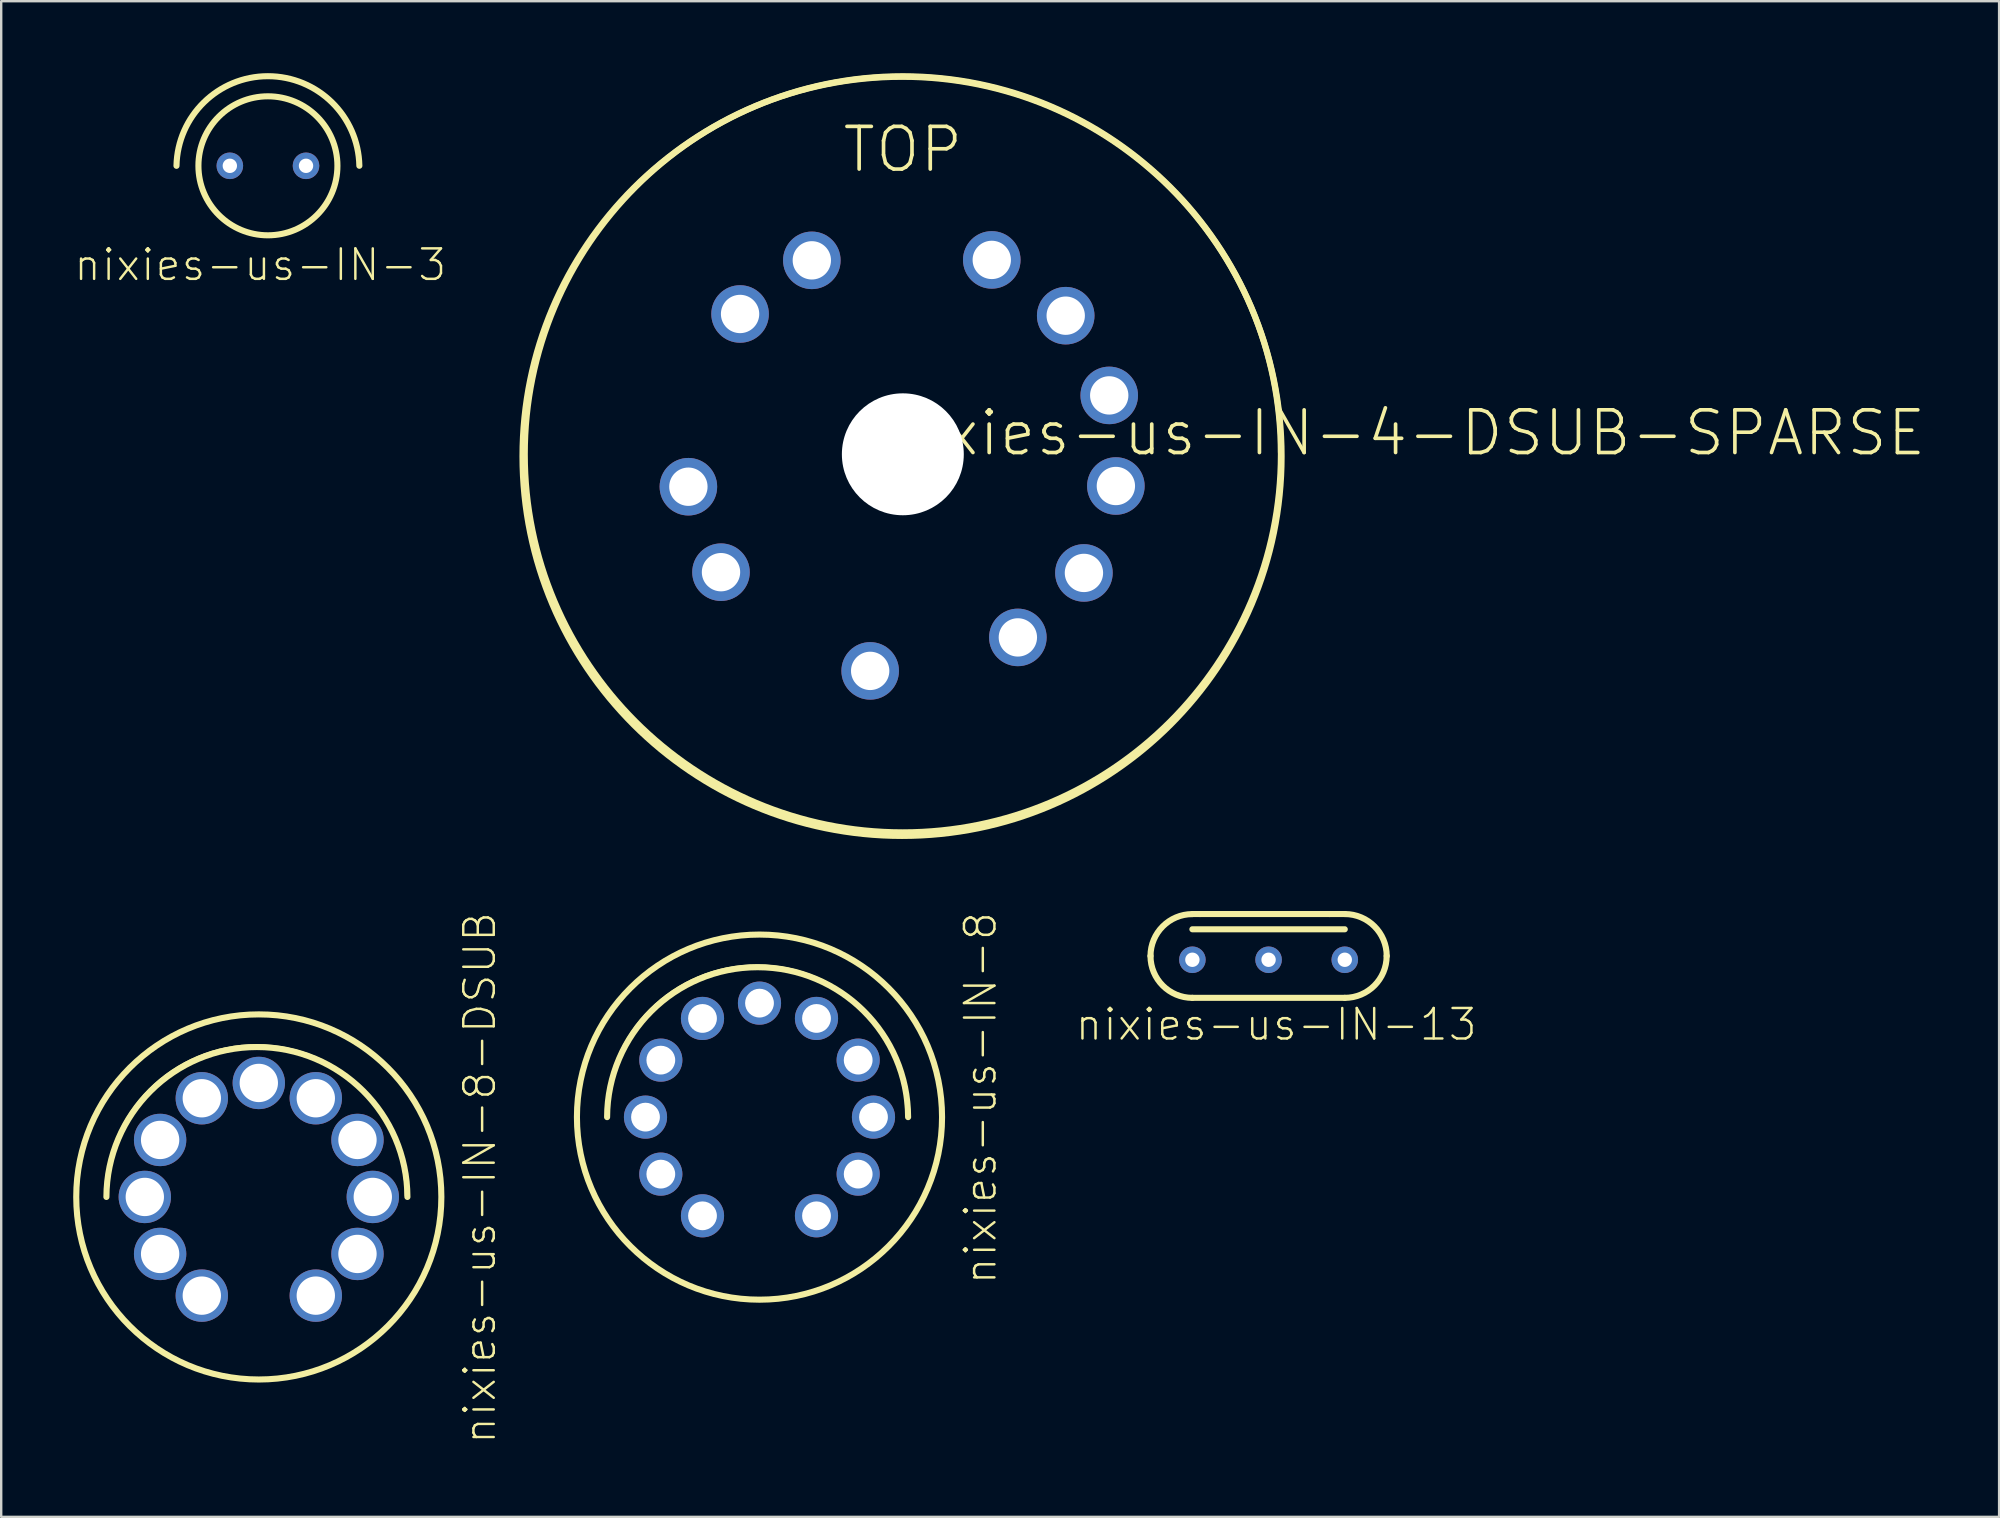
<source format=kicad_pcb>
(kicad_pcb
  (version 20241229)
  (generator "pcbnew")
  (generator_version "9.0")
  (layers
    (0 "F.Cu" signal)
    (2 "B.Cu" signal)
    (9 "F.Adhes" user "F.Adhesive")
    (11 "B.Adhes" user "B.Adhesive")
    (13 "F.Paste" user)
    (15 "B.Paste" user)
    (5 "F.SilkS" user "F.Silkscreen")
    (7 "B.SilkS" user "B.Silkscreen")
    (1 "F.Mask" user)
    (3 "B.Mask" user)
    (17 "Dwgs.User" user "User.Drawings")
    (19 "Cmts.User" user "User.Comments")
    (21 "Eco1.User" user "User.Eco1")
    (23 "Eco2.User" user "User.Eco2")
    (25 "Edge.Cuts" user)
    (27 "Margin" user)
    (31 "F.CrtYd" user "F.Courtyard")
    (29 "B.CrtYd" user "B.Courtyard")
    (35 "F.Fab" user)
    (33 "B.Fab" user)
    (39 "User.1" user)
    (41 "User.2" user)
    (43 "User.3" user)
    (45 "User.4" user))
  (footprint "nixies-us-IN-8-DSUB"
    (layer "F.Cu")
    (at 7.734 46.825)
    (property "Reference" "nixies-us-IN-8-DSUB" (at 9.207 -0.792 90) (layer "F.SilkS") (effects (font (size 1.27 1.27) (thickness 0.102))))
    (attr exclude_from_pos_files exclude_from_bom)
    (fp_arc (start -6.35762 -0.08636) (mid -0.094355 -6.319533) (end 6.144282 -0.06171) (stroke (width 0.127) (type solid)) (layer "F.SilkS"))
    (fp_arc (start -6.35 0) (mid -0.07874 -6.27126) (end 6.19252 0) (stroke (width 0.254) (type solid)) (layer "F.SilkS"))
    (fp_circle (center 0 0) (end 0 -7.62) (stroke (width 0.127) (type solid)) (fill no) (layer "F.SilkS"))
    (fp_circle (center 0 0) (end 0 -7.607) (stroke (width 0.254) (type solid)) (fill no) (layer "F.SilkS"))
    (pad "0" thru_hole circle (at -4.112 2.375) (size 2.182 2.182) (drill 1.598) (layers "*.Cu" "*.Mask"))
    (pad "1" thru_hole circle (at 2.375 4.112) (size 2.182 2.182) (drill 1.598) (layers "*.Cu" "*.Mask"))
    (pad "2" thru_hole circle (at 4.112 2.375) (size 2.182 2.182) (drill 1.598) (layers "*.Cu" "*.Mask"))
    (pad "3" thru_hole circle (at 4.75 0) (size 2.182 2.182) (drill 1.598) (layers "*.Cu" "*.Mask"))
    (pad "4" thru_hole circle (at 4.112 -2.375) (size 2.182 2.182) (drill 1.598) (layers "*.Cu" "*.Mask"))
    (pad "5" thru_hole circle (at 2.375 -4.112) (size 2.182 2.182) (drill 1.598) (layers "*.Cu" "*.Mask"))
    (pad "6" thru_hole circle (at 0 -4.75) (size 2.182 2.182) (drill 1.598) (layers "*.Cu" "*.Mask"))
    (pad "7" thru_hole circle (at -2.375 -4.112) (size 2.182 2.182) (drill 1.598) (layers "*.Cu" "*.Mask"))
    (pad "8" thru_hole circle (at -4.112 -2.375) (size 2.182 2.182) (drill 1.598) (layers "*.Cu" "*.Mask"))
    (pad "9" thru_hole circle (at -4.75 0) (size 2.182 2.182) (drill 1.598) (layers "*.Cu" "*.Mask"))
    (pad "A" thru_hole circle (at -2.375 4.112) (size 2.182 2.182) (drill 1.598) (layers "*.Cu" "*.Mask")))
  (footprint "nixies-us-IN-8"
    (layer "F.Cu")
    (at 28.597 43.499)
    (property "Reference" "nixies-us-IN-8" (at 9.207 -0.792 90) (layer "F.SilkS") (effects (font (size 1.27 1.27) (thickness 0.102))))
    (attr exclude_from_pos_files exclude_from_bom)
    (fp_arc (start -6.35762 -0.08636) (mid -0.094355 -6.319533) (end 6.144282 -0.06171) (stroke (width 0.127) (type solid)) (layer "F.SilkS"))
    (fp_arc (start -6.35 0) (mid -0.07874 -6.27126) (end 6.19252 0) (stroke (width 0.254) (type solid)) (layer "F.SilkS"))
    (fp_circle (center 0 0) (end 0 -7.62) (stroke (width 0.127) (type solid)) (fill no) (layer "F.SilkS"))
    (fp_circle (center 0 0) (end 0 -7.607) (stroke (width 0.254) (type solid)) (fill no) (layer "F.SilkS"))
    (pad "0" thru_hole circle (at -4.112 2.375) (size 1.798 1.798) (drill 1.199) (layers "*.Cu" "*.Mask"))
    (pad "1" thru_hole circle (at 2.375 4.112) (size 1.798 1.798) (drill 1.199) (layers "*.Cu" "*.Mask"))
    (pad "2" thru_hole circle (at 4.112 2.375) (size 1.798 1.798) (drill 1.199) (layers "*.Cu" "*.Mask"))
    (pad "3" thru_hole circle (at 4.75 0) (size 1.798 1.798) (drill 1.199) (layers "*.Cu" "*.Mask"))
    (pad "4" thru_hole circle (at 4.112 -2.375) (size 1.798 1.798) (drill 1.199) (layers "*.Cu" "*.Mask"))
    (pad "5" thru_hole circle (at 2.375 -4.112) (size 1.798 1.798) (drill 1.199) (layers "*.Cu" "*.Mask"))
    (pad "6" thru_hole circle (at 0 -4.75) (size 1.798 1.798) (drill 1.199) (layers "*.Cu" "*.Mask"))
    (pad "7" thru_hole circle (at -2.375 -4.112) (size 1.798 1.798) (drill 1.199) (layers "*.Cu" "*.Mask"))
    (pad "8" thru_hole circle (at -4.112 -2.375) (size 1.798 1.798) (drill 1.199) (layers "*.Cu" "*.Mask"))
    (pad "9" thru_hole circle (at -4.75 0) (size 1.798 1.798) (drill 1.199) (layers "*.Cu" "*.Mask"))
    (pad "A" thru_hole circle (at -2.375 4.112) (size 1.798 1.798) (drill 1.199) (layers "*.Cu" "*.Mask")))
  (footprint "nixies-us-IN-3"
    (layer "F.Cu")
    (at 8.114 3.859)
    (property "Reference" "nixies-us-IN-3" (at -0.318 4.128 0) (layer "F.SilkS") (effects (font (size 1.27 1.27) (thickness 0.102))))
    (attr exclude_from_pos_files exclude_from_bom)
    (fp_arc (start -3.81 0) (mid -0.001068 -3.732073) (end 3.809955 -0.002135) (stroke (width 0.254) (type solid)) (layer "F.SilkS"))
    (fp_circle (center 0 0) (end 0 -2.896) (stroke (width 0.254) (type solid)) (fill no) (layer "F.SilkS"))
    (pad "A" thru_hole circle (at -1.587 0) (size 1.107 1.107) (drill 0.599) (layers "*.Cu" "*.Mask"))
    (pad "K" thru_hole circle (at 1.587 0) (size 1.107 1.107) (drill 0.599) (layers "*.Cu" "*.Mask")))
  (footprint "nixies-us-IN-13"
    (layer "F.Cu")
    (at 46.635 36.942)
    (property "Reference" "nixies-us-IN-13" (at 3.493 2.697 0) (layer "F.SilkS") (effects (font (size 1.27 1.27) (thickness 0.102))))
    (attr exclude_from_pos_files exclude_from_bom)
    (fp_line (start 0 -1.27) (end 6.35 -1.27) (stroke (width 0.254) (type solid)) (layer "F.SilkS"))
    (fp_line (start 0 1.587) (end 6.35 1.587) (stroke (width 0.254) (type solid)) (layer "F.SilkS"))
    (fp_line (start 0.318 -1.905) (end 0 -1.905) (stroke (width 0.127) (type solid)) (layer "F.SilkS"))
    (fp_line (start 0.318 -1.905) (end 0 -1.905) (stroke (width 0.254) (type solid)) (layer "F.SilkS"))
    (fp_line (start 5.715 -1.905) (end 0.318 -1.905) (stroke (width 0.254) (type solid)) (layer "F.SilkS"))
    (fp_line (start 6.35 -1.905) (end 5.715 -1.905) (stroke (width 0.127) (type solid)) (layer "F.SilkS"))
    (fp_line (start 6.35 -1.905) (end 5.715 -1.905) (stroke (width 0.254) (type solid)) (layer "F.SilkS"))
    (fp_arc (start -1.74498 -0.15748) (mid -1.233887 -1.391367) (end 0 -1.90246) (stroke (width 0.254) (type solid)) (layer "F.SilkS"))
    (fp_arc (start 0 1.5875) (mid -1.233887 1.076407) (end -1.74498 -0.15748) (stroke (width 0.254) (type solid)) (layer "F.SilkS"))
    (fp_arc (start 0 1.5875) (mid -1.74498 -0.15748) (end 0 -1.90246) (stroke (width 0.127) (type solid)) (layer "F.SilkS"))
    (fp_arc (start 6.35 -1.905) (mid 8.09752 -0.15748) (end 6.35 1.59004) (stroke (width 0.127) (type solid)) (layer "F.SilkS"))
    (fp_arc (start 6.35 -1.905) (mid 7.585683 -1.393163) (end 8.09752 -0.15748) (stroke (width 0.254) (type solid)) (layer "F.SilkS"))
    (fp_arc (start 8.09498 -0.15748) (mid 7.583887 1.076407) (end 6.35 1.5875) (stroke (width 0.254) (type solid)) (layer "F.SilkS"))
    (pad "A" thru_hole circle (at 0 0) (size 1.107 1.107) (drill 0.599) (layers "*.Cu" "*.Mask"))
    (pad "K" thru_hole circle (at 3.175 0) (size 1.107 1.107) (drill 0.599) (layers "*.Cu" "*.Mask"))
    (pad "K2" thru_hole circle (at 6.35 0) (size 1.107 1.107) (drill 0.599) (layers "*.Cu" "*.Mask")))
  (footprint "nixies-us-IN-4-DSUB-SPARSE"
    (layer "F.Cu")
    (at 34.57 15.88)
    (property "Reference" "nixies-us-IN-4-DSUB-SPARSE" (at 20.955 -0.889 0) (layer "F.SilkS") (effects (font (size 1.778 1.778) (thickness 0.152))))
    (attr exclude_from_pos_files exclude_from_bom)
    (fp_circle (center 0 0) (end 0 -2.54) (stroke (width 0.025) (type solid)) (fill no) (layer "F.Mask"))
    (fp_circle (center 0 0) (end 0 -1.27) (stroke (width 2.54) (type solid)) (fill no) (layer "F.Mask"))
    (fp_circle (center 0 0) (end 0 -1.27) (stroke (width 2.54) (type solid)) (fill no) (layer "B.Mask"))
    (fp_circle (center -0.033 0.086) (end -0.033 -15.73) (stroke (width 0.254) (type solid)) (fill no) (layer "F.SilkS"))
    (fp_circle (center 0 0) (end 0 -15.753) (stroke (width 0.254) (type solid)) (fill no) (layer "F.SilkS"))
    (fp_text user "TOP" (at 0 -12.7 0) (layer "F.SilkS") (effects (font (size 1.778 1.778) (thickness 0.152))))
    (pad "" np_thru_hole circle (at 0 0) (size 5.08 5.08) (drill 5.08) (layers "*.Cu" "*.Mask"))
    (pad "0" thru_hole circle (at -3.792 -8.082) (size 2.398 2.398) (drill 1.598) (layers "*.Cu" "*.Mask"))
    (pad "1" thru_hole circle (at -1.361 9.025) (size 2.398 2.398) (drill 1.598) (layers "*.Cu" "*.Mask"))
    (pad "2" thru_hole circle (at -6.782 -5.847) (size 2.398 2.398) (drill 1.598) (layers "*.Cu" "*.Mask"))
    (pad "3" thru_hole circle (at -8.936 1.351) (size 2.398 2.398) (drill 1.598) (layers "*.Cu" "*.Mask"))
    (pad "4" thru_hole circle (at 4.793 7.63) (size 2.398 2.398) (drill 1.598) (layers "*.Cu" "*.Mask"))
    (pad "5" thru_hole circle (at -7.577 4.912) (size 2.398 2.398) (drill 1.598) (layers "*.Cu" "*.Mask"))
    (pad "6" thru_hole circle (at 7.546 4.943) (size 2.398 2.398) (drill 1.598) (layers "*.Cu" "*.Mask"))
    (pad "7" thru_hole circle (at 3.706 -8.1) (size 2.398 2.398) (drill 1.598) (layers "*.Cu" "*.Mask"))
    (pad "8" thru_hole circle (at 8.877 1.321) (size 2.398 2.398) (drill 1.598) (layers "*.Cu" "*.Mask"))
    (pad "9" thru_hole circle (at 6.787 -5.776) (size 2.398 2.398) (drill 1.598) (layers "*.Cu" "*.Mask"))
    (pad "A3" thru_hole circle (at 8.6 -2.454) (size 2.398 2.398) (drill 1.598) (layers "*.Cu" "*.Mask")))
  (gr_rect
    (start -3 -3)
    (end 80.25 60.156)
    (stroke (width 0.1) (type default))
    (fill no)
    (layer "Edge.Cuts")))
</source>
